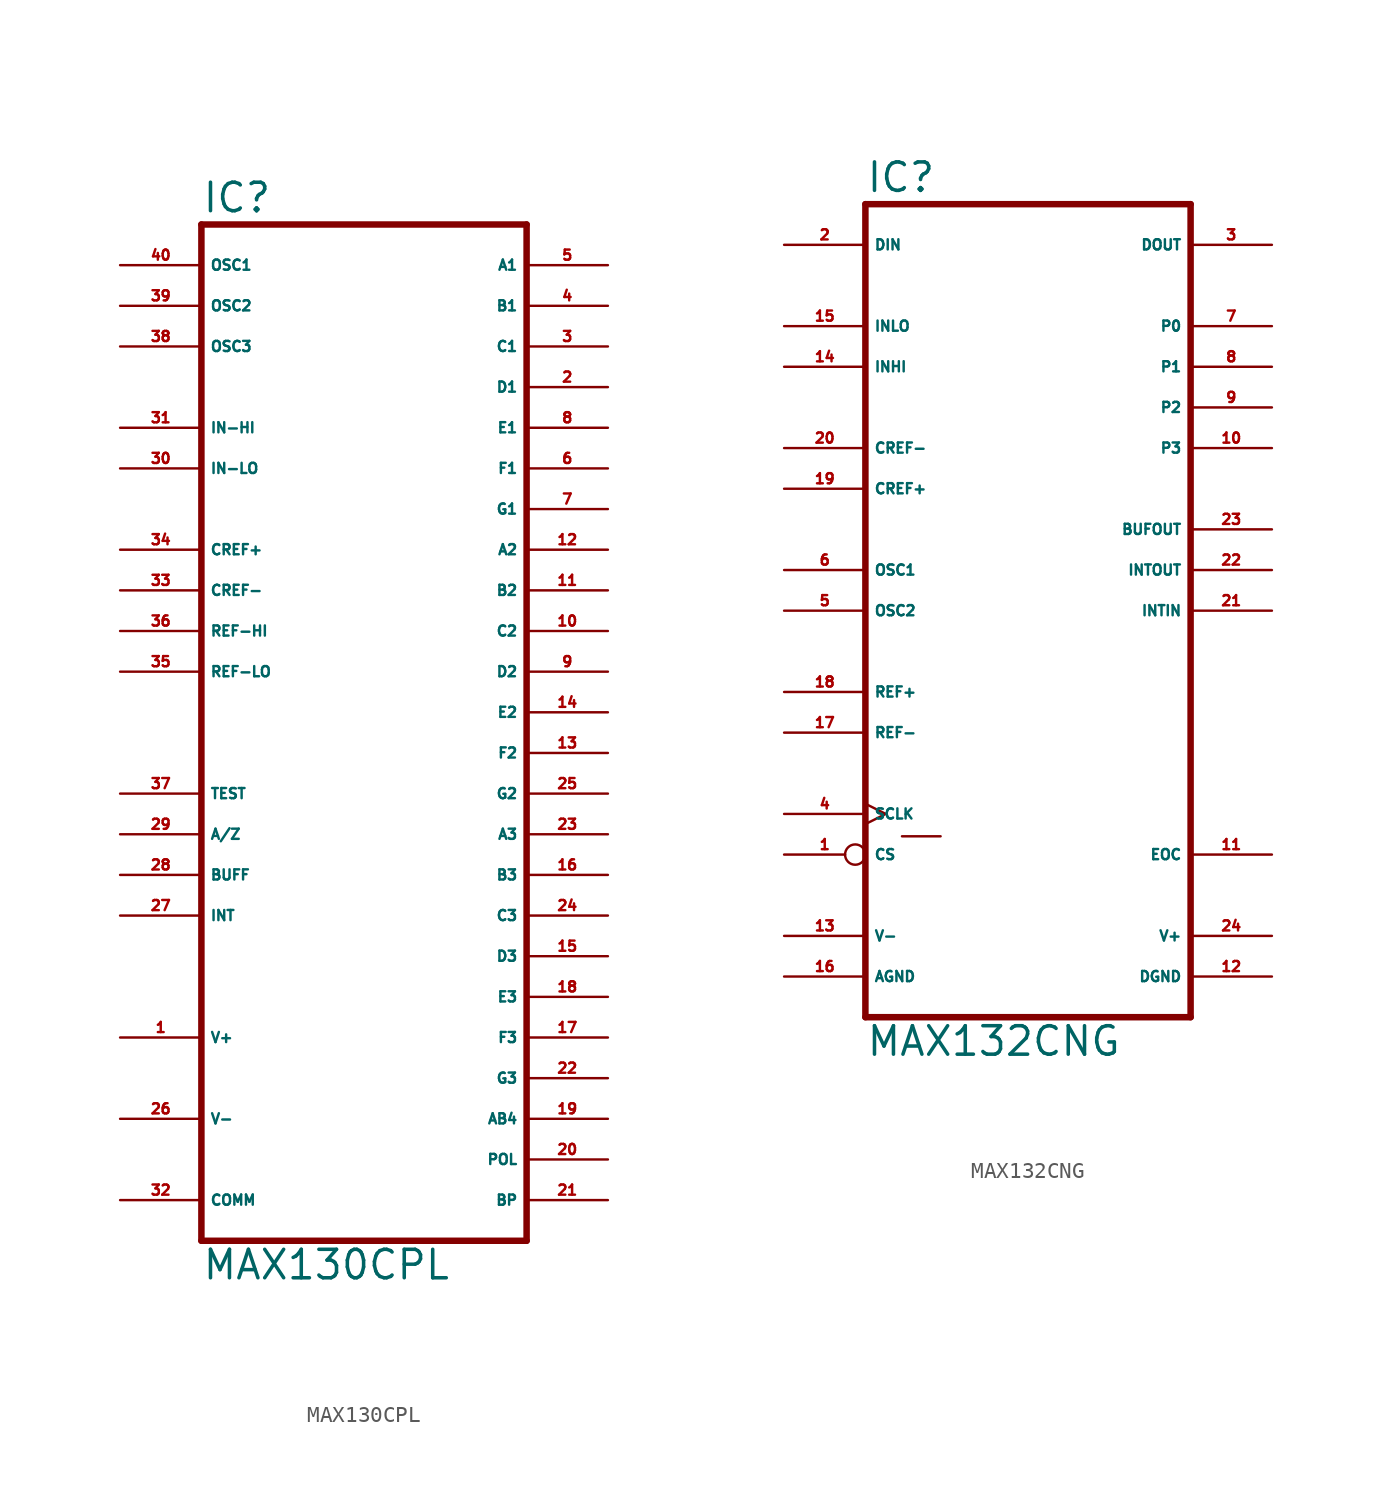
<source format=kicad_sym>
(kicad_symbol_lib
  (version 20220914)
  (generator Eagle2Kicad)
  (symbol "MAX130CPL"
    (property "Reference" "IC"
      (at -10.16 36.195 0)
      (effects (font (size 1.778 1.778) (thickness 0.22)) (justify left bottom)))
    (property "Value" "MAX130CPL"
      (at -10.16 -30.48 0)
      (effects (font (size 1.778 1.778) (thickness 0.22)) (justify left bottom)))
    (polyline
      (pts (xy -10.16 35.56) (xy 10.16 35.56))
      (stroke (width 0.406) (type default))
      (fill (type none)))
    (polyline
      (pts (xy 10.16 -27.94) (xy 10.16 35.56))
      (stroke (width 0.406) (type default))
      (fill (type none)))
    (polyline
      (pts (xy 10.16 -27.94) (xy -10.16 -27.94))
      (stroke (width 0.406) (type default))
      (fill (type none)))
    (polyline
      (pts (xy -10.16 35.56) (xy -10.16 -27.94))
      (stroke (width 0.406) (type default))
      (fill (type none)))
    (pin tri_state line
      (at 15.24 25.4 180)
      (length 5.08)
      (name "D1" (effects (font (size 0.635 0.635) (thickness 0.08)) (justify left bottom)))
      (number "2" (effects (font (size 0.635 0.635) (thickness 0.08)) (justify left bottom))))
    (pin tri_state line
      (at 15.24 27.94 180)
      (length 5.08)
      (name "C1" (effects (font (size 0.635 0.635) (thickness 0.08)) (justify left bottom)))
      (number "3" (effects (font (size 0.635 0.635) (thickness 0.08)) (justify left bottom))))
    (pin tri_state line
      (at 15.24 30.48 180)
      (length 5.08)
      (name "B1" (effects (font (size 0.635 0.635) (thickness 0.08)) (justify left bottom)))
      (number "4" (effects (font (size 0.635 0.635) (thickness 0.08)) (justify left bottom))))
    (pin tri_state line
      (at 15.24 33.02 180)
      (length 5.08)
      (name "A1" (effects (font (size 0.635 0.635) (thickness 0.08)) (justify left bottom)))
      (number "5" (effects (font (size 0.635 0.635) (thickness 0.08)) (justify left bottom))))
    (pin tri_state line
      (at 15.24 20.32 180)
      (length 5.08)
      (name "F1" (effects (font (size 0.635 0.635) (thickness 0.08)) (justify left bottom)))
      (number "6" (effects (font (size 0.635 0.635) (thickness 0.08)) (justify left bottom))))
    (pin tri_state line
      (at 15.24 17.78 180)
      (length 5.08)
      (name "G1" (effects (font (size 0.635 0.635) (thickness 0.08)) (justify left bottom)))
      (number "7" (effects (font (size 0.635 0.635) (thickness 0.08)) (justify left bottom))))
    (pin tri_state line
      (at 15.24 22.86 180)
      (length 5.08)
      (name "E1" (effects (font (size 0.635 0.635) (thickness 0.08)) (justify left bottom)))
      (number "8" (effects (font (size 0.635 0.635) (thickness 0.08)) (justify left bottom))))
    (pin tri_state line
      (at 15.24 7.62 180)
      (length 5.08)
      (name "D2" (effects (font (size 0.635 0.635) (thickness 0.08)) (justify left bottom)))
      (number "9" (effects (font (size 0.635 0.635) (thickness 0.08)) (justify left bottom))))
    (pin tri_state line
      (at 15.24 10.16 180)
      (length 5.08)
      (name "C2" (effects (font (size 0.635 0.635) (thickness 0.08)) (justify left bottom)))
      (number "10" (effects (font (size 0.635 0.635) (thickness 0.08)) (justify left bottom))))
    (pin tri_state line
      (at 15.24 12.7 180)
      (length 5.08)
      (name "B2" (effects (font (size 0.635 0.635) (thickness 0.08)) (justify left bottom)))
      (number "11" (effects (font (size 0.635 0.635) (thickness 0.08)) (justify left bottom))))
    (pin tri_state line
      (at 15.24 15.24 180)
      (length 5.08)
      (name "A2" (effects (font (size 0.635 0.635) (thickness 0.08)) (justify left bottom)))
      (number "12" (effects (font (size 0.635 0.635) (thickness 0.08)) (justify left bottom))))
    (pin tri_state line
      (at 15.24 2.54 180)
      (length 5.08)
      (name "F2" (effects (font (size 0.635 0.635) (thickness 0.08)) (justify left bottom)))
      (number "13" (effects (font (size 0.635 0.635) (thickness 0.08)) (justify left bottom))))
    (pin tri_state line
      (at 15.24 5.08 180)
      (length 5.08)
      (name "E2" (effects (font (size 0.635 0.635) (thickness 0.08)) (justify left bottom)))
      (number "14" (effects (font (size 0.635 0.635) (thickness 0.08)) (justify left bottom))))
    (pin tri_state line
      (at 15.24 -10.16 180)
      (length 5.08)
      (name "D3" (effects (font (size 0.635 0.635) (thickness 0.08)) (justify left bottom)))
      (number "15" (effects (font (size 0.635 0.635) (thickness 0.08)) (justify left bottom))))
    (pin tri_state line
      (at 15.24 -5.08 180)
      (length 5.08)
      (name "B3" (effects (font (size 0.635 0.635) (thickness 0.08)) (justify left bottom)))
      (number "16" (effects (font (size 0.635 0.635) (thickness 0.08)) (justify left bottom))))
    (pin tri_state line
      (at 15.24 -15.24 180)
      (length 5.08)
      (name "F3" (effects (font (size 0.635 0.635) (thickness 0.08)) (justify left bottom)))
      (number "17" (effects (font (size 0.635 0.635) (thickness 0.08)) (justify left bottom))))
    (pin tri_state line
      (at 15.24 -12.7 180)
      (length 5.08)
      (name "E3" (effects (font (size 0.635 0.635) (thickness 0.08)) (justify left bottom)))
      (number "18" (effects (font (size 0.635 0.635) (thickness 0.08)) (justify left bottom))))
    (pin tri_state line
      (at 15.24 -20.32 180)
      (length 5.08)
      (name "AB4" (effects (font (size 0.635 0.635) (thickness 0.08)) (justify left bottom)))
      (number "19" (effects (font (size 0.635 0.635) (thickness 0.08)) (justify left bottom))))
    (pin tri_state line
      (at 15.24 -17.78 180)
      (length 5.08)
      (name "G3" (effects (font (size 0.635 0.635) (thickness 0.08)) (justify left bottom)))
      (number "22" (effects (font (size 0.635 0.635) (thickness 0.08)) (justify left bottom))))
    (pin tri_state line
      (at 15.24 -2.54 180)
      (length 5.08)
      (name "A3" (effects (font (size 0.635 0.635) (thickness 0.08)) (justify left bottom)))
      (number "23" (effects (font (size 0.635 0.635) (thickness 0.08)) (justify left bottom))))
    (pin tri_state line
      (at 15.24 -7.62 180)
      (length 5.08)
      (name "C3" (effects (font (size 0.635 0.635) (thickness 0.08)) (justify left bottom)))
      (number "24" (effects (font (size 0.635 0.635) (thickness 0.08)) (justify left bottom))))
    (pin tri_state line
      (at 15.24 0 180)
      (length 5.08)
      (name "G2" (effects (font (size 0.635 0.635) (thickness 0.08)) (justify left bottom)))
      (number "25" (effects (font (size 0.635 0.635) (thickness 0.08)) (justify left bottom))))
    (pin output line
      (at 15.24 -22.86 180)
      (length 5.08)
      (name "POL" (effects (font (size 0.635 0.635) (thickness 0.08)) (justify left bottom)))
      (number "20" (effects (font (size 0.635 0.635) (thickness 0.08)) (justify left bottom))))
    (pin output line
      (at 15.24 -25.4 180)
      (length 5.08)
      (name "BP" (effects (font (size 0.635 0.635) (thickness 0.08)) (justify left bottom)))
      (number "21" (effects (font (size 0.635 0.635) (thickness 0.08)) (justify left bottom))))
    (pin passive line
      (at -15.24 33.02 0)
      (length 5.08)
      (name "OSC1" (effects (font (size 0.635 0.635) (thickness 0.08)) (justify left bottom)))
      (number "40" (effects (font (size 0.635 0.635) (thickness 0.08)) (justify left bottom))))
    (pin passive line
      (at -15.24 30.48 0)
      (length 5.08)
      (name "OSC2" (effects (font (size 0.635 0.635) (thickness 0.08)) (justify left bottom)))
      (number "39" (effects (font (size 0.635 0.635) (thickness 0.08)) (justify left bottom))))
    (pin passive line
      (at -15.24 27.94 0)
      (length 5.08)
      (name "OSC3" (effects (font (size 0.635 0.635) (thickness 0.08)) (justify left bottom)))
      (number "38" (effects (font (size 0.635 0.635) (thickness 0.08)) (justify left bottom))))
    (pin input line
      (at -15.24 22.86 0)
      (length 5.08)
      (name "IN-HI" (effects (font (size 0.635 0.635) (thickness 0.08)) (justify left bottom)))
      (number "31" (effects (font (size 0.635 0.635) (thickness 0.08)) (justify left bottom))))
    (pin input line
      (at -15.24 20.32 0)
      (length 5.08)
      (name "IN-LO" (effects (font (size 0.635 0.635) (thickness 0.08)) (justify left bottom)))
      (number "30" (effects (font (size 0.635 0.635) (thickness 0.08)) (justify left bottom))))
    (pin unspecified line
      (at -15.24 -25.4 0)
      (length 5.08)
      (name "COMM" (effects (font (size 0.635 0.635) (thickness 0.08)) (justify left bottom)))
      (number "32" (effects (font (size 0.635 0.635) (thickness 0.08)) (justify left bottom))))
    (pin passive line
      (at -15.24 15.24 0)
      (length 5.08)
      (name "CREF+" (effects (font (size 0.635 0.635) (thickness 0.08)) (justify left bottom)))
      (number "34" (effects (font (size 0.635 0.635) (thickness 0.08)) (justify left bottom))))
    (pin passive line
      (at -15.24 12.7 0)
      (length 5.08)
      (name "CREF-" (effects (font (size 0.635 0.635) (thickness 0.08)) (justify left bottom)))
      (number "33" (effects (font (size 0.635 0.635) (thickness 0.08)) (justify left bottom))))
    (pin input line
      (at -15.24 7.62 0)
      (length 5.08)
      (name "REF-LO" (effects (font (size 0.635 0.635) (thickness 0.08)) (justify left bottom)))
      (number "35" (effects (font (size 0.635 0.635) (thickness 0.08)) (justify left bottom))))
    (pin input line
      (at -15.24 10.16 0)
      (length 5.08)
      (name "REF-HI" (effects (font (size 0.635 0.635) (thickness 0.08)) (justify left bottom)))
      (number "36" (effects (font (size 0.635 0.635) (thickness 0.08)) (justify left bottom))))
    (pin passive line
      (at -15.24 0 0)
      (length 5.08)
      (name "TEST" (effects (font (size 0.635 0.635) (thickness 0.08)) (justify left bottom)))
      (number "37" (effects (font (size 0.635 0.635) (thickness 0.08)) (justify left bottom))))
    (pin passive line
      (at -15.24 -2.54 0)
      (length 5.08)
      (name "A/Z" (effects (font (size 0.635 0.635) (thickness 0.08)) (justify left bottom)))
      (number "29" (effects (font (size 0.635 0.635) (thickness 0.08)) (justify left bottom))))
    (pin passive line
      (at -15.24 -5.08 0)
      (length 5.08)
      (name "BUFF" (effects (font (size 0.635 0.635) (thickness 0.08)) (justify left bottom)))
      (number "28" (effects (font (size 0.635 0.635) (thickness 0.08)) (justify left bottom))))
    (pin passive line
      (at -15.24 -7.62 0)
      (length 5.08)
      (name "INT" (effects (font (size 0.635 0.635) (thickness 0.08)) (justify left bottom)))
      (number "27" (effects (font (size 0.635 0.635) (thickness 0.08)) (justify left bottom))))
    (pin unspecified line
      (at -15.24 -15.24 0)
      (length 5.08)
      (name "V+" (effects (font (size 0.635 0.635) (thickness 0.08)) (justify left bottom)))
      (number "1" (effects (font (size 0.635 0.635) (thickness 0.08)) (justify left bottom))))
    (pin unspecified line
      (at -15.24 -20.32 0)
      (length 5.08)
      (name "V-" (effects (font (size 0.635 0.635) (thickness 0.08)) (justify left bottom)))
      (number "26" (effects (font (size 0.635 0.635) (thickness 0.08)) (justify left bottom)))))
  (symbol "MAX132CNG"
    (property "Reference" "IC"
      (at -10.16 26.035 0)
      (effects (font (size 1.778 1.778) (thickness 0.22)) (justify left bottom)))
    (property "Value" "MAX132CNG"
      (at -10.16 -27.94 0)
      (effects (font (size 1.778 1.778) (thickness 0.22)) (justify left bottom)))
    (polyline
      (pts (xy 10.16 -25.4) (xy -10.16 -25.4))
      (stroke (width 0.406) (type default))
      (fill (type none)))
    (polyline
      (pts (xy -10.16 25.4) (xy -10.16 -25.4))
      (stroke (width 0.406) (type default))
      (fill (type none)))
    (polyline
      (pts (xy -10.16 25.4) (xy 10.16 25.4))
      (stroke (width 0.406) (type default))
      (fill (type none)))
    (polyline
      (pts (xy 10.16 -25.4) (xy 10.16 25.4))
      (stroke (width 0.406) (type default))
      (fill (type none)))
    (polyline
      (pts (xy -7.874 -14.097) (xy -5.461 -14.097))
      (stroke (width 0.152) (type default))
      (fill (type none)))
    (pin input line
      (at -15.24 22.86 0)
      (length 5.08)
      (name "DIN" (effects (font (size 0.635 0.635) (thickness 0.08)) (justify left bottom)))
      (number "2" (effects (font (size 0.635 0.635) (thickness 0.08)) (justify left bottom))))
    (pin unspecified line
      (at 15.24 -22.86 180)
      (length 5.08)
      (name "DGND" (effects (font (size 0.635 0.635) (thickness 0.08)) (justify left bottom)))
      (number "12" (effects (font (size 0.635 0.635) (thickness 0.08)) (justify left bottom))))
    (pin unspecified line
      (at -15.24 -20.32 0)
      (length 5.08)
      (name "V-" (effects (font (size 0.635 0.635) (thickness 0.08)) (justify left bottom)))
      (number "13" (effects (font (size 0.635 0.635) (thickness 0.08)) (justify left bottom))))
    (pin unspecified line
      (at 15.24 -20.32 180)
      (length 5.08)
      (name "V+" (effects (font (size 0.635 0.635) (thickness 0.08)) (justify left bottom)))
      (number "24" (effects (font (size 0.635 0.635) (thickness 0.08)) (justify left bottom))))
    (pin input inverted
      (at -15.24 -15.24 0)
      (length 5.08)
      (name "CS" (effects (font (size 0.635 0.635) (thickness 0.08)) (justify left bottom)))
      (number "1" (effects (font (size 0.635 0.635) (thickness 0.08)) (justify left bottom))))
    (pin input clock
      (at -15.24 -12.7 0)
      (length 5.08)
      (name "SCLK" (effects (font (size 0.635 0.635) (thickness 0.08)) (justify left bottom)))
      (number "4" (effects (font (size 0.635 0.635) (thickness 0.08)) (justify left bottom))))
    (pin output line
      (at 15.24 15.24 180)
      (length 5.08)
      (name "P1" (effects (font (size 0.635 0.635) (thickness 0.08)) (justify left bottom)))
      (number "8" (effects (font (size 0.635 0.635) (thickness 0.08)) (justify left bottom))))
    (pin output line
      (at 15.24 17.78 180)
      (length 5.08)
      (name "P0" (effects (font (size 0.635 0.635) (thickness 0.08)) (justify left bottom)))
      (number "7" (effects (font (size 0.635 0.635) (thickness 0.08)) (justify left bottom))))
    (pin output line
      (at 15.24 22.86 180)
      (length 5.08)
      (name "DOUT" (effects (font (size 0.635 0.635) (thickness 0.08)) (justify left bottom)))
      (number "3" (effects (font (size 0.635 0.635) (thickness 0.08)) (justify left bottom))))
    (pin output line
      (at 15.24 12.7 180)
      (length 5.08)
      (name "P2" (effects (font (size 0.635 0.635) (thickness 0.08)) (justify left bottom)))
      (number "9" (effects (font (size 0.635 0.635) (thickness 0.08)) (justify left bottom))))
    (pin unspecified line
      (at -15.24 -22.86 0)
      (length 5.08)
      (name "AGND" (effects (font (size 0.635 0.635) (thickness 0.08)) (justify left bottom)))
      (number "16" (effects (font (size 0.635 0.635) (thickness 0.08)) (justify left bottom))))
    (pin passive line
      (at -15.24 10.16 0)
      (length 5.08)
      (name "CREF-" (effects (font (size 0.635 0.635) (thickness 0.08)) (justify left bottom)))
      (number "20" (effects (font (size 0.635 0.635) (thickness 0.08)) (justify left bottom))))
    (pin passive line
      (at -15.24 7.62 0)
      (length 5.08)
      (name "CREF+" (effects (font (size 0.635 0.635) (thickness 0.08)) (justify left bottom)))
      (number "19" (effects (font (size 0.635 0.635) (thickness 0.08)) (justify left bottom))))
    (pin passive line
      (at -15.24 2.54 0)
      (length 5.08)
      (name "OSC1" (effects (font (size 0.635 0.635) (thickness 0.08)) (justify left bottom)))
      (number "6" (effects (font (size 0.635 0.635) (thickness 0.08)) (justify left bottom))))
    (pin passive line
      (at -15.24 0 0)
      (length 5.08)
      (name "OSC2" (effects (font (size 0.635 0.635) (thickness 0.08)) (justify left bottom)))
      (number "5" (effects (font (size 0.635 0.635) (thickness 0.08)) (justify left bottom))))
    (pin output line
      (at 15.24 10.16 180)
      (length 5.08)
      (name "P3" (effects (font (size 0.635 0.635) (thickness 0.08)) (justify left bottom)))
      (number "10" (effects (font (size 0.635 0.635) (thickness 0.08)) (justify left bottom))))
    (pin output line
      (at 15.24 5.08 180)
      (length 5.08)
      (name "BUFOUT" (effects (font (size 0.635 0.635) (thickness 0.08)) (justify left bottom)))
      (number "23" (effects (font (size 0.635 0.635) (thickness 0.08)) (justify left bottom))))
    (pin output line
      (at 15.24 2.54 180)
      (length 5.08)
      (name "INTOUT" (effects (font (size 0.635 0.635) (thickness 0.08)) (justify left bottom)))
      (number "22" (effects (font (size 0.635 0.635) (thickness 0.08)) (justify left bottom))))
    (pin input line
      (at -15.24 17.78 0)
      (length 5.08)
      (name "INLO" (effects (font (size 0.635 0.635) (thickness 0.08)) (justify left bottom)))
      (number "15" (effects (font (size 0.635 0.635) (thickness 0.08)) (justify left bottom))))
    (pin input line
      (at -15.24 15.24 0)
      (length 5.08)
      (name "INHI" (effects (font (size 0.635 0.635) (thickness 0.08)) (justify left bottom)))
      (number "14" (effects (font (size 0.635 0.635) (thickness 0.08)) (justify left bottom))))
    (pin output line
      (at 15.24 -15.24 180)
      (length 5.08)
      (name "EOC" (effects (font (size 0.635 0.635) (thickness 0.08)) (justify left bottom)))
      (number "11" (effects (font (size 0.635 0.635) (thickness 0.08)) (justify left bottom))))
    (pin input line
      (at -15.24 -5.08 0)
      (length 5.08)
      (name "REF+" (effects (font (size 0.635 0.635) (thickness 0.08)) (justify left bottom)))
      (number "18" (effects (font (size 0.635 0.635) (thickness 0.08)) (justify left bottom))))
    (pin input line
      (at -15.24 -7.62 0)
      (length 5.08)
      (name "REF-" (effects (font (size 0.635 0.635) (thickness 0.08)) (justify left bottom)))
      (number "17" (effects (font (size 0.635 0.635) (thickness 0.08)) (justify left bottom))))
    (pin input line
      (at 15.24 0 180)
      (length 5.08)
      (name "INTIN" (effects (font (size 0.635 0.635) (thickness 0.08)) (justify left bottom)))
      (number "21" (effects (font (size 0.635 0.635) (thickness 0.08)) (justify left bottom))))))
</source>
